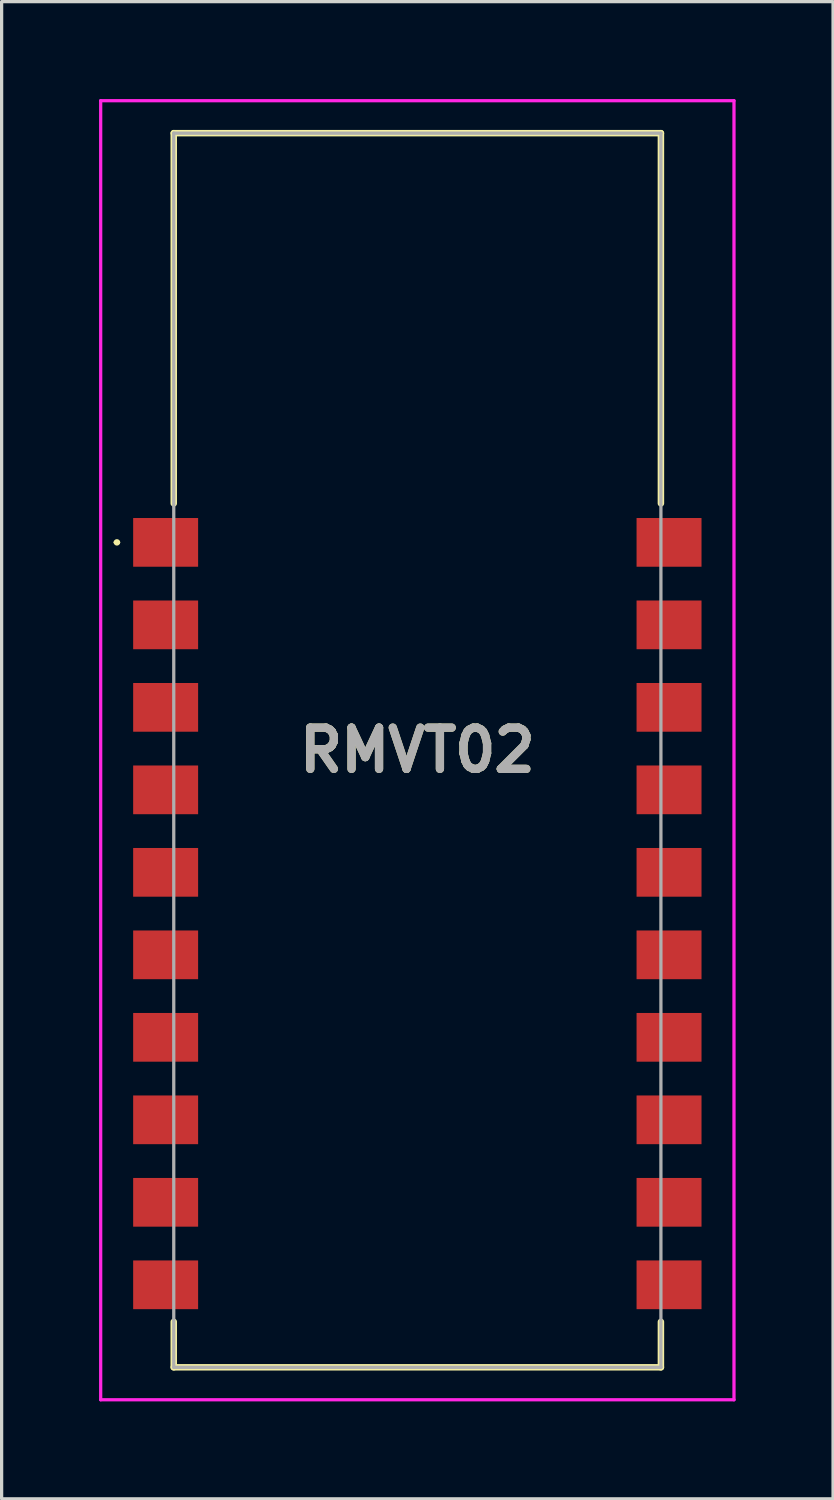
<source format=kicad_pcb>
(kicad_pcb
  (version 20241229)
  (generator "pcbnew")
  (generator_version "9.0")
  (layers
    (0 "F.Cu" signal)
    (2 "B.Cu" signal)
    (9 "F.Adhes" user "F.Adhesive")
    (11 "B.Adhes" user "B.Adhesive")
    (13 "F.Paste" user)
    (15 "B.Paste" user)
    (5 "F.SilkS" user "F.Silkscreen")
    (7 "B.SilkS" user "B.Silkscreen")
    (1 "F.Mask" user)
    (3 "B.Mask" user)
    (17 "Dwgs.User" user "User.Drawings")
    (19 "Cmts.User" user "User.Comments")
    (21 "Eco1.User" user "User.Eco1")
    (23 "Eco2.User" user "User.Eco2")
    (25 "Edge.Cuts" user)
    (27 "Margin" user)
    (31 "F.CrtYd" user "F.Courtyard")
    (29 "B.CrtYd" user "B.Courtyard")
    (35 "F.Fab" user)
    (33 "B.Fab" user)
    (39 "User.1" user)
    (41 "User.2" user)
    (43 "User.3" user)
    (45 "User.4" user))
  (footprint "RMVT02"
    (layer "F.Cu")
    (at 9.8 20.05)
    (property "Reference" "RMVT02" (at 0 0 0) (layer "F.SilkS") (effects (font (size 1.27 1.27) (thickness 0.254))))
    (attr smd)
    (fp_line (start -9.3 -6.4) (end -9.3 -6.4) (stroke (width 0.1) (type solid)) (layer "F.SilkS"))
    (fp_line (start -9.2 -6.4) (end -9.2 -6.4) (stroke (width 0.1) (type solid)) (layer "F.SilkS"))
    (fp_line (start -7.5 -19) (end 7.5 -19) (stroke (width 0.2) (type solid)) (layer "F.SilkS"))
    (fp_line (start -7.5 -7.6) (end -7.5 -19) (stroke (width 0.2) (type solid)) (layer "F.SilkS"))
    (fp_line (start -7.5 19) (end -7.5 17.6) (stroke (width 0.2) (type solid)) (layer "F.SilkS"))
    (fp_line (start 7.5 -19) (end 7.5 -7.6) (stroke (width 0.2) (type solid)) (layer "F.SilkS"))
    (fp_line (start 7.5 17.6) (end 7.5 19) (stroke (width 0.2) (type solid)) (layer "F.SilkS"))
    (fp_line (start 7.5 19) (end -7.5 19) (stroke (width 0.2) (type solid)) (layer "F.SilkS"))
    (fp_arc (start -9.3 -6.4) (mid -9.25 -6.45) (end -9.2 -6.4) (stroke (width 0.1) (type solid)) (layer "F.SilkS"))
    (fp_arc (start -9.2 -6.4) (mid -9.25 -6.35) (end -9.3 -6.4) (stroke (width 0.1) (type solid)) (layer "F.SilkS"))
    (fp_line (start -9.75 -20) (end 9.75 -20) (stroke (width 0.1) (type solid)) (layer "F.CrtYd"))
    (fp_line (start -9.75 20) (end -9.75 -20) (stroke (width 0.1) (type solid)) (layer "F.CrtYd"))
    (fp_line (start 9.75 -20) (end 9.75 20) (stroke (width 0.1) (type solid)) (layer "F.CrtYd"))
    (fp_line (start 9.75 20) (end -9.75 20) (stroke (width 0.1) (type solid)) (layer "F.CrtYd"))
    (fp_line (start -7.5 -19) (end 7.5 -19) (stroke (width 0.1) (type solid)) (layer "F.Fab"))
    (fp_line (start -7.5 19) (end -7.5 -19) (stroke (width 0.1) (type solid)) (layer "F.Fab"))
    (fp_line (start 7.5 -19) (end 7.5 19) (stroke (width 0.1) (type solid)) (layer "F.Fab"))
    (fp_line (start 7.5 19) (end -7.5 19) (stroke (width 0.1) (type solid)) (layer "F.Fab"))
    (fp_text user "${REFERENCE}" (at 0 0 0) (layer "F.Fab") (effects (font (size 1.27 1.27) (thickness 0.254))))
    (pad "1" smd rect (at -7.75 -6.4 90) (size 1.5 2) (layers "F.Cu" "F.Mask" "F.Paste"))
    (pad "2" smd rect (at -7.75 -3.86 90) (size 1.5 2) (layers "F.Cu" "F.Mask" "F.Paste"))
    (pad "3" smd rect (at -7.75 -1.32 90) (size 1.5 2) (layers "F.Cu" "F.Mask" "F.Paste"))
    (pad "4" smd rect (at -7.75 1.22 90) (size 1.5 2) (layers "F.Cu" "F.Mask" "F.Paste"))
    (pad "5" smd rect (at -7.75 3.76 90) (size 1.5 2) (layers "F.Cu" "F.Mask" "F.Paste"))
    (pad "6" smd rect (at -7.75 6.3 90) (size 1.5 2) (layers "F.Cu" "F.Mask" "F.Paste"))
    (pad "7" smd rect (at -7.75 8.84 90) (size 1.5 2) (layers "F.Cu" "F.Mask" "F.Paste"))
    (pad "8" smd rect (at -7.75 11.38 90) (size 1.5 2) (layers "F.Cu" "F.Mask" "F.Paste"))
    (pad "9" smd rect (at -7.75 13.92 90) (size 1.5 2) (layers "F.Cu" "F.Mask" "F.Paste"))
    (pad "10" smd rect (at -7.75 16.46 90) (size 1.5 2) (layers "F.Cu" "F.Mask" "F.Paste"))
    (pad "11" smd rect (at 7.75 16.46 90) (size 1.5 2) (layers "F.Cu" "F.Mask" "F.Paste"))
    (pad "12" smd rect (at 7.75 13.92 90) (size 1.5 2) (layers "F.Cu" "F.Mask" "F.Paste"))
    (pad "13" smd rect (at 7.75 11.38 90) (size 1.5 2) (layers "F.Cu" "F.Mask" "F.Paste"))
    (pad "14" smd rect (at 7.75 8.84 90) (size 1.5 2) (layers "F.Cu" "F.Mask" "F.Paste"))
    (pad "15" smd rect (at 7.75 6.3 90) (size 1.5 2) (layers "F.Cu" "F.Mask" "F.Paste"))
    (pad "16" smd rect (at 7.75 3.76 90) (size 1.5 2) (layers "F.Cu" "F.Mask" "F.Paste"))
    (pad "17" smd rect (at 7.75 1.22 90) (size 1.5 2) (layers "F.Cu" "F.Mask" "F.Paste"))
    (pad "18" smd rect (at 7.75 -1.32 90) (size 1.5 2) (layers "F.Cu" "F.Mask" "F.Paste"))
    (pad "19" smd rect (at 7.75 -3.86 90) (size 1.5 2) (layers "F.Cu" "F.Mask" "F.Paste"))
    (pad "20" smd rect (at 7.75 -6.4 90) (size 1.5 2) (layers "F.Cu" "F.Mask" "F.Paste")))
  (gr_rect
    (start -3 -3)
    (end 22.6 43.1)
    (stroke (width 0.1) (type default))
    (fill no)
    (layer "Edge.Cuts")))
</source>
